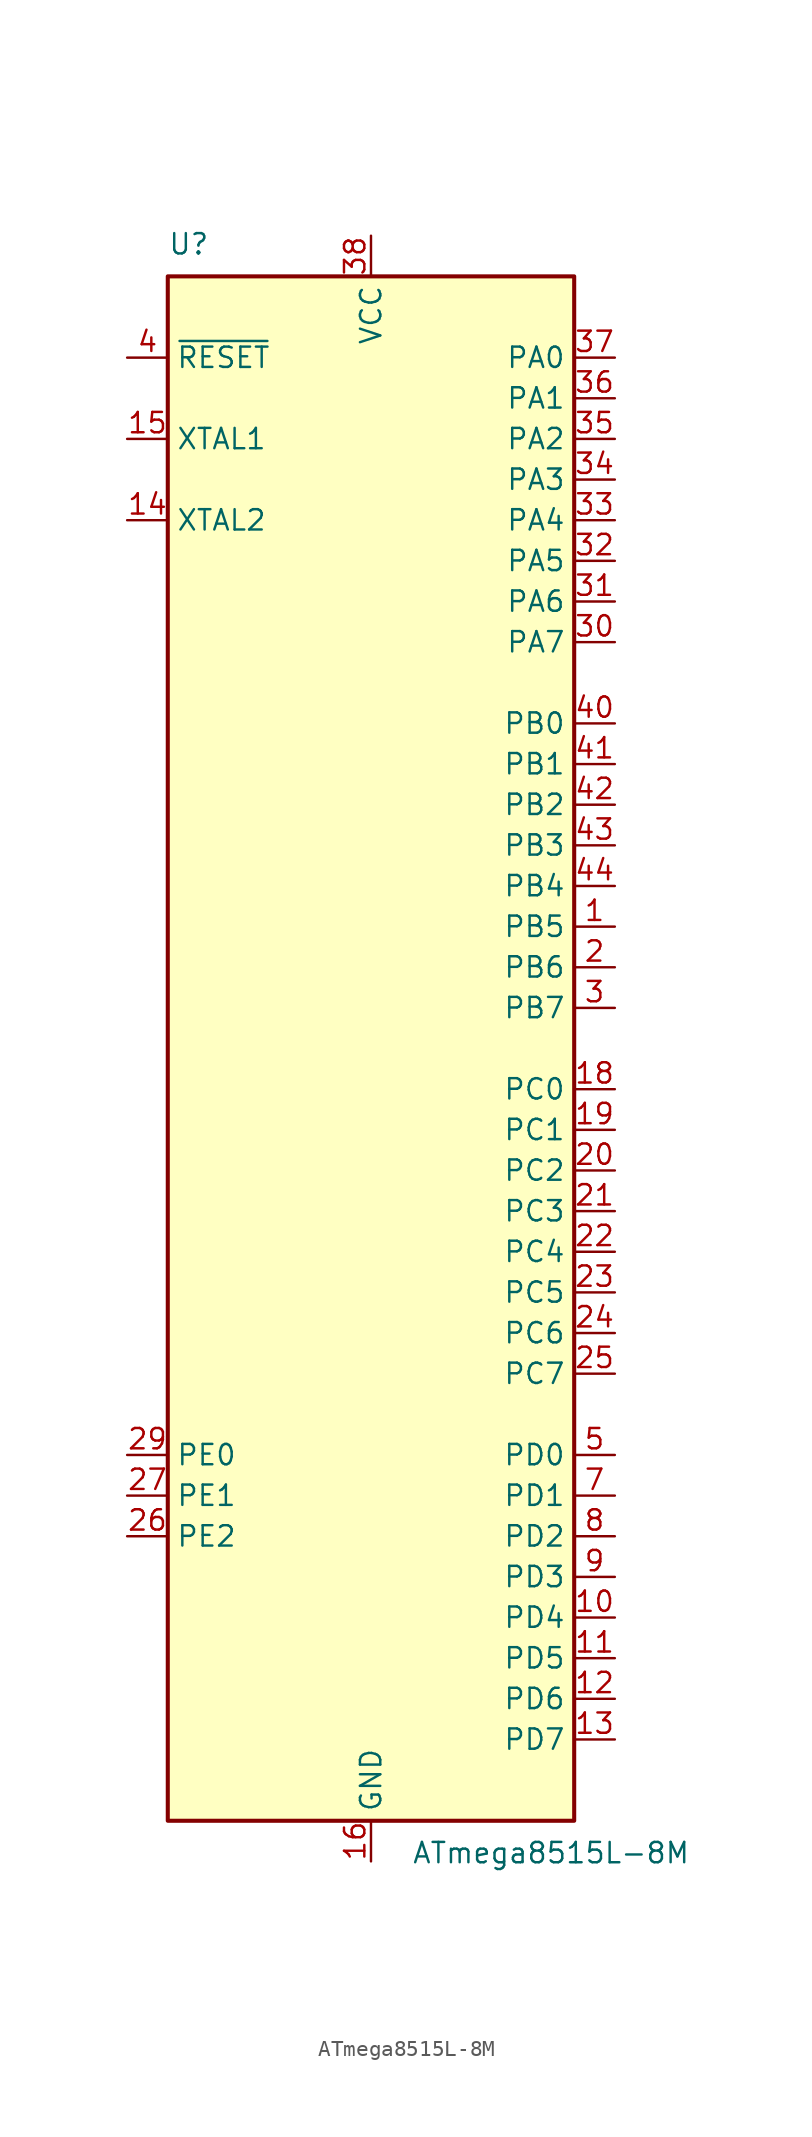
<source format=kicad_sym>
(kicad_symbol_lib
  (version 20201005)
  (generator kicad_symbol_editor)
  (symbol "ATmega8515L-8M"
    (property "Reference" "U"
      (at -12.7 49.53 0)
      (effects (font (size 1.27 1.27)) (justify left bottom)))
    (property "Value" "ATmega8515L-8M"
      (at 2.54 -49.53 0)
      (effects (font (size 1.27 1.27)) (justify left top)))
    (symbol "ATmega8515L-8M_0_1"
      (rectangle (start -12.7 -48.26) (end 12.7 48.26) (stroke (width 0.254)) (fill (type background))))
    (symbol "ATmega8515L-8M_1_1"
      (pin bidirectional line (at 15.24 7.62 180) (length 2.54) (name "PB5" (effects (font (size 1.27 1.27)))) (number "1" (effects (font (size 1.27 1.27)))))
      (pin bidirectional line (at 15.24 -35.56 180) (length 2.54) (name "PD4" (effects (font (size 1.27 1.27)))) (number "10" (effects (font (size 1.27 1.27)))))
      (pin bidirectional line (at 15.24 -38.1 180) (length 2.54) (name "PD5" (effects (font (size 1.27 1.27)))) (number "11" (effects (font (size 1.27 1.27)))))
      (pin bidirectional line (at 15.24 -40.64 180) (length 2.54) (name "PD6" (effects (font (size 1.27 1.27)))) (number "12" (effects (font (size 1.27 1.27)))))
      (pin bidirectional line (at 15.24 -43.18 180) (length 2.54) (name "PD7" (effects (font (size 1.27 1.27)))) (number "13" (effects (font (size 1.27 1.27)))))
      (pin output line (at -15.24 33.02 0) (length 2.54) (name "XTAL2" (effects (font (size 1.27 1.27)))) (number "14" (effects (font (size 1.27 1.27)))))
      (pin input line (at -15.24 38.1 0) (length 2.54) (name "XTAL1" (effects (font (size 1.27 1.27)))) (number "15" (effects (font (size 1.27 1.27)))))
      (pin power_in line (at 0 -50.8 90) (length 2.54) (name "GND" (effects (font (size 1.27 1.27)))) (number "16" (effects (font (size 1.27 1.27)))))
      (pin no_connect line (at -12.7 -40.64 0) (length 2.54) hide (name "NC" (effects (font (size 1.27 1.27)))) (number "17" (effects (font (size 1.27 1.27)))))
      (pin bidirectional line (at 15.24 -2.54 180) (length 2.54) (name "PC0" (effects (font (size 1.27 1.27)))) (number "18" (effects (font (size 1.27 1.27)))))
      (pin bidirectional line (at 15.24 -5.08 180) (length 2.54) (name "PC1" (effects (font (size 1.27 1.27)))) (number "19" (effects (font (size 1.27 1.27)))))
      (pin bidirectional line (at 15.24 5.08 180) (length 2.54) (name "PB6" (effects (font (size 1.27 1.27)))) (number "2" (effects (font (size 1.27 1.27)))))
      (pin bidirectional line (at 15.24 -7.62 180) (length 2.54) (name "PC2" (effects (font (size 1.27 1.27)))) (number "20" (effects (font (size 1.27 1.27)))))
      (pin bidirectional line (at 15.24 -10.16 180) (length 2.54) (name "PC3" (effects (font (size 1.27 1.27)))) (number "21" (effects (font (size 1.27 1.27)))))
      (pin bidirectional line (at 15.24 -12.7 180) (length 2.54) (name "PC4" (effects (font (size 1.27 1.27)))) (number "22" (effects (font (size 1.27 1.27)))))
      (pin bidirectional line (at 15.24 -15.24 180) (length 2.54) (name "PC5" (effects (font (size 1.27 1.27)))) (number "23" (effects (font (size 1.27 1.27)))))
      (pin bidirectional line (at 15.24 -17.78 180) (length 2.54) (name "PC6" (effects (font (size 1.27 1.27)))) (number "24" (effects (font (size 1.27 1.27)))))
      (pin bidirectional line (at 15.24 -20.32 180) (length 2.54) (name "PC7" (effects (font (size 1.27 1.27)))) (number "25" (effects (font (size 1.27 1.27)))))
      (pin bidirectional line (at -15.24 -30.48 0) (length 2.54) (name "PE2" (effects (font (size 1.27 1.27)))) (number "26" (effects (font (size 1.27 1.27)))))
      (pin bidirectional line (at -15.24 -27.94 0) (length 2.54) (name "PE1" (effects (font (size 1.27 1.27)))) (number "27" (effects (font (size 1.27 1.27)))))
      (pin no_connect line (at -12.7 -43.18 0) (length 2.54) hide (name "NC" (effects (font (size 1.27 1.27)))) (number "28" (effects (font (size 1.27 1.27)))))
      (pin bidirectional line (at -15.24 -25.4 0) (length 2.54) (name "PE0" (effects (font (size 1.27 1.27)))) (number "29" (effects (font (size 1.27 1.27)))))
      (pin bidirectional line (at 15.24 2.54 180) (length 2.54) (name "PB7" (effects (font (size 1.27 1.27)))) (number "3" (effects (font (size 1.27 1.27)))))
      (pin bidirectional line (at 15.24 25.4 180) (length 2.54) (name "PA7" (effects (font (size 1.27 1.27)))) (number "30" (effects (font (size 1.27 1.27)))))
      (pin bidirectional line (at 15.24 27.94 180) (length 2.54) (name "PA6" (effects (font (size 1.27 1.27)))) (number "31" (effects (font (size 1.27 1.27)))))
      (pin bidirectional line (at 15.24 30.48 180) (length 2.54) (name "PA5" (effects (font (size 1.27 1.27)))) (number "32" (effects (font (size 1.27 1.27)))))
      (pin bidirectional line (at 15.24 33.02 180) (length 2.54) (name "PA4" (effects (font (size 1.27 1.27)))) (number "33" (effects (font (size 1.27 1.27)))))
      (pin bidirectional line (at 15.24 35.56 180) (length 2.54) (name "PA3" (effects (font (size 1.27 1.27)))) (number "34" (effects (font (size 1.27 1.27)))))
      (pin bidirectional line (at 15.24 38.1 180) (length 2.54) (name "PA2" (effects (font (size 1.27 1.27)))) (number "35" (effects (font (size 1.27 1.27)))))
      (pin bidirectional line (at 15.24 40.64 180) (length 2.54) (name "PA1" (effects (font (size 1.27 1.27)))) (number "36" (effects (font (size 1.27 1.27)))))
      (pin bidirectional line (at 15.24 43.18 180) (length 2.54) (name "PA0" (effects (font (size 1.27 1.27)))) (number "37" (effects (font (size 1.27 1.27)))))
      (pin power_in line (at 0 50.8 270) (length 2.54) (name "VCC" (effects (font (size 1.27 1.27)))) (number "38" (effects (font (size 1.27 1.27)))))
      (pin no_connect line (at -12.7 -45.72 0) (length 2.54) hide (name "NC" (effects (font (size 1.27 1.27)))) (number "39" (effects (font (size 1.27 1.27)))))
      (pin input line (at -15.24 43.18 0) (length 2.54) (name "~RESET" (effects (font (size 1.27 1.27)))) (number "4" (effects (font (size 1.27 1.27)))))
      (pin bidirectional line (at 15.24 20.32 180) (length 2.54) (name "PB0" (effects (font (size 1.27 1.27)))) (number "40" (effects (font (size 1.27 1.27)))))
      (pin bidirectional line (at 15.24 17.78 180) (length 2.54) (name "PB1" (effects (font (size 1.27 1.27)))) (number "41" (effects (font (size 1.27 1.27)))))
      (pin bidirectional line (at 15.24 15.24 180) (length 2.54) (name "PB2" (effects (font (size 1.27 1.27)))) (number "42" (effects (font (size 1.27 1.27)))))
      (pin bidirectional line (at 15.24 12.7 180) (length 2.54) (name "PB3" (effects (font (size 1.27 1.27)))) (number "43" (effects (font (size 1.27 1.27)))))
      (pin bidirectional line (at 15.24 10.16 180) (length 2.54) (name "PB4" (effects (font (size 1.27 1.27)))) (number "44" (effects (font (size 1.27 1.27)))))
      (pin passive line (at 0 -50.8 90) (length 2.54) hide (name "GND" (effects (font (size 1.27 1.27)))) (number "45" (effects (font (size 1.27 1.27)))))
      (pin bidirectional line (at 15.24 -25.4 180) (length 2.54) (name "PD0" (effects (font (size 1.27 1.27)))) (number "5" (effects (font (size 1.27 1.27)))))
      (pin no_connect line (at -12.7 -38.1 0) (length 2.54) hide (name "NC" (effects (font (size 1.27 1.27)))) (number "6" (effects (font (size 1.27 1.27)))))
      (pin bidirectional line (at 15.24 -27.94 180) (length 2.54) (name "PD1" (effects (font (size 1.27 1.27)))) (number "7" (effects (font (size 1.27 1.27)))))
      (pin bidirectional line (at 15.24 -30.48 180) (length 2.54) (name "PD2" (effects (font (size 1.27 1.27)))) (number "8" (effects (font (size 1.27 1.27)))))
      (pin bidirectional line (at 15.24 -33.02 180) (length 2.54) (name "PD3" (effects (font (size 1.27 1.27)))) (number "9" (effects (font (size 1.27 1.27))))))))
</source>
